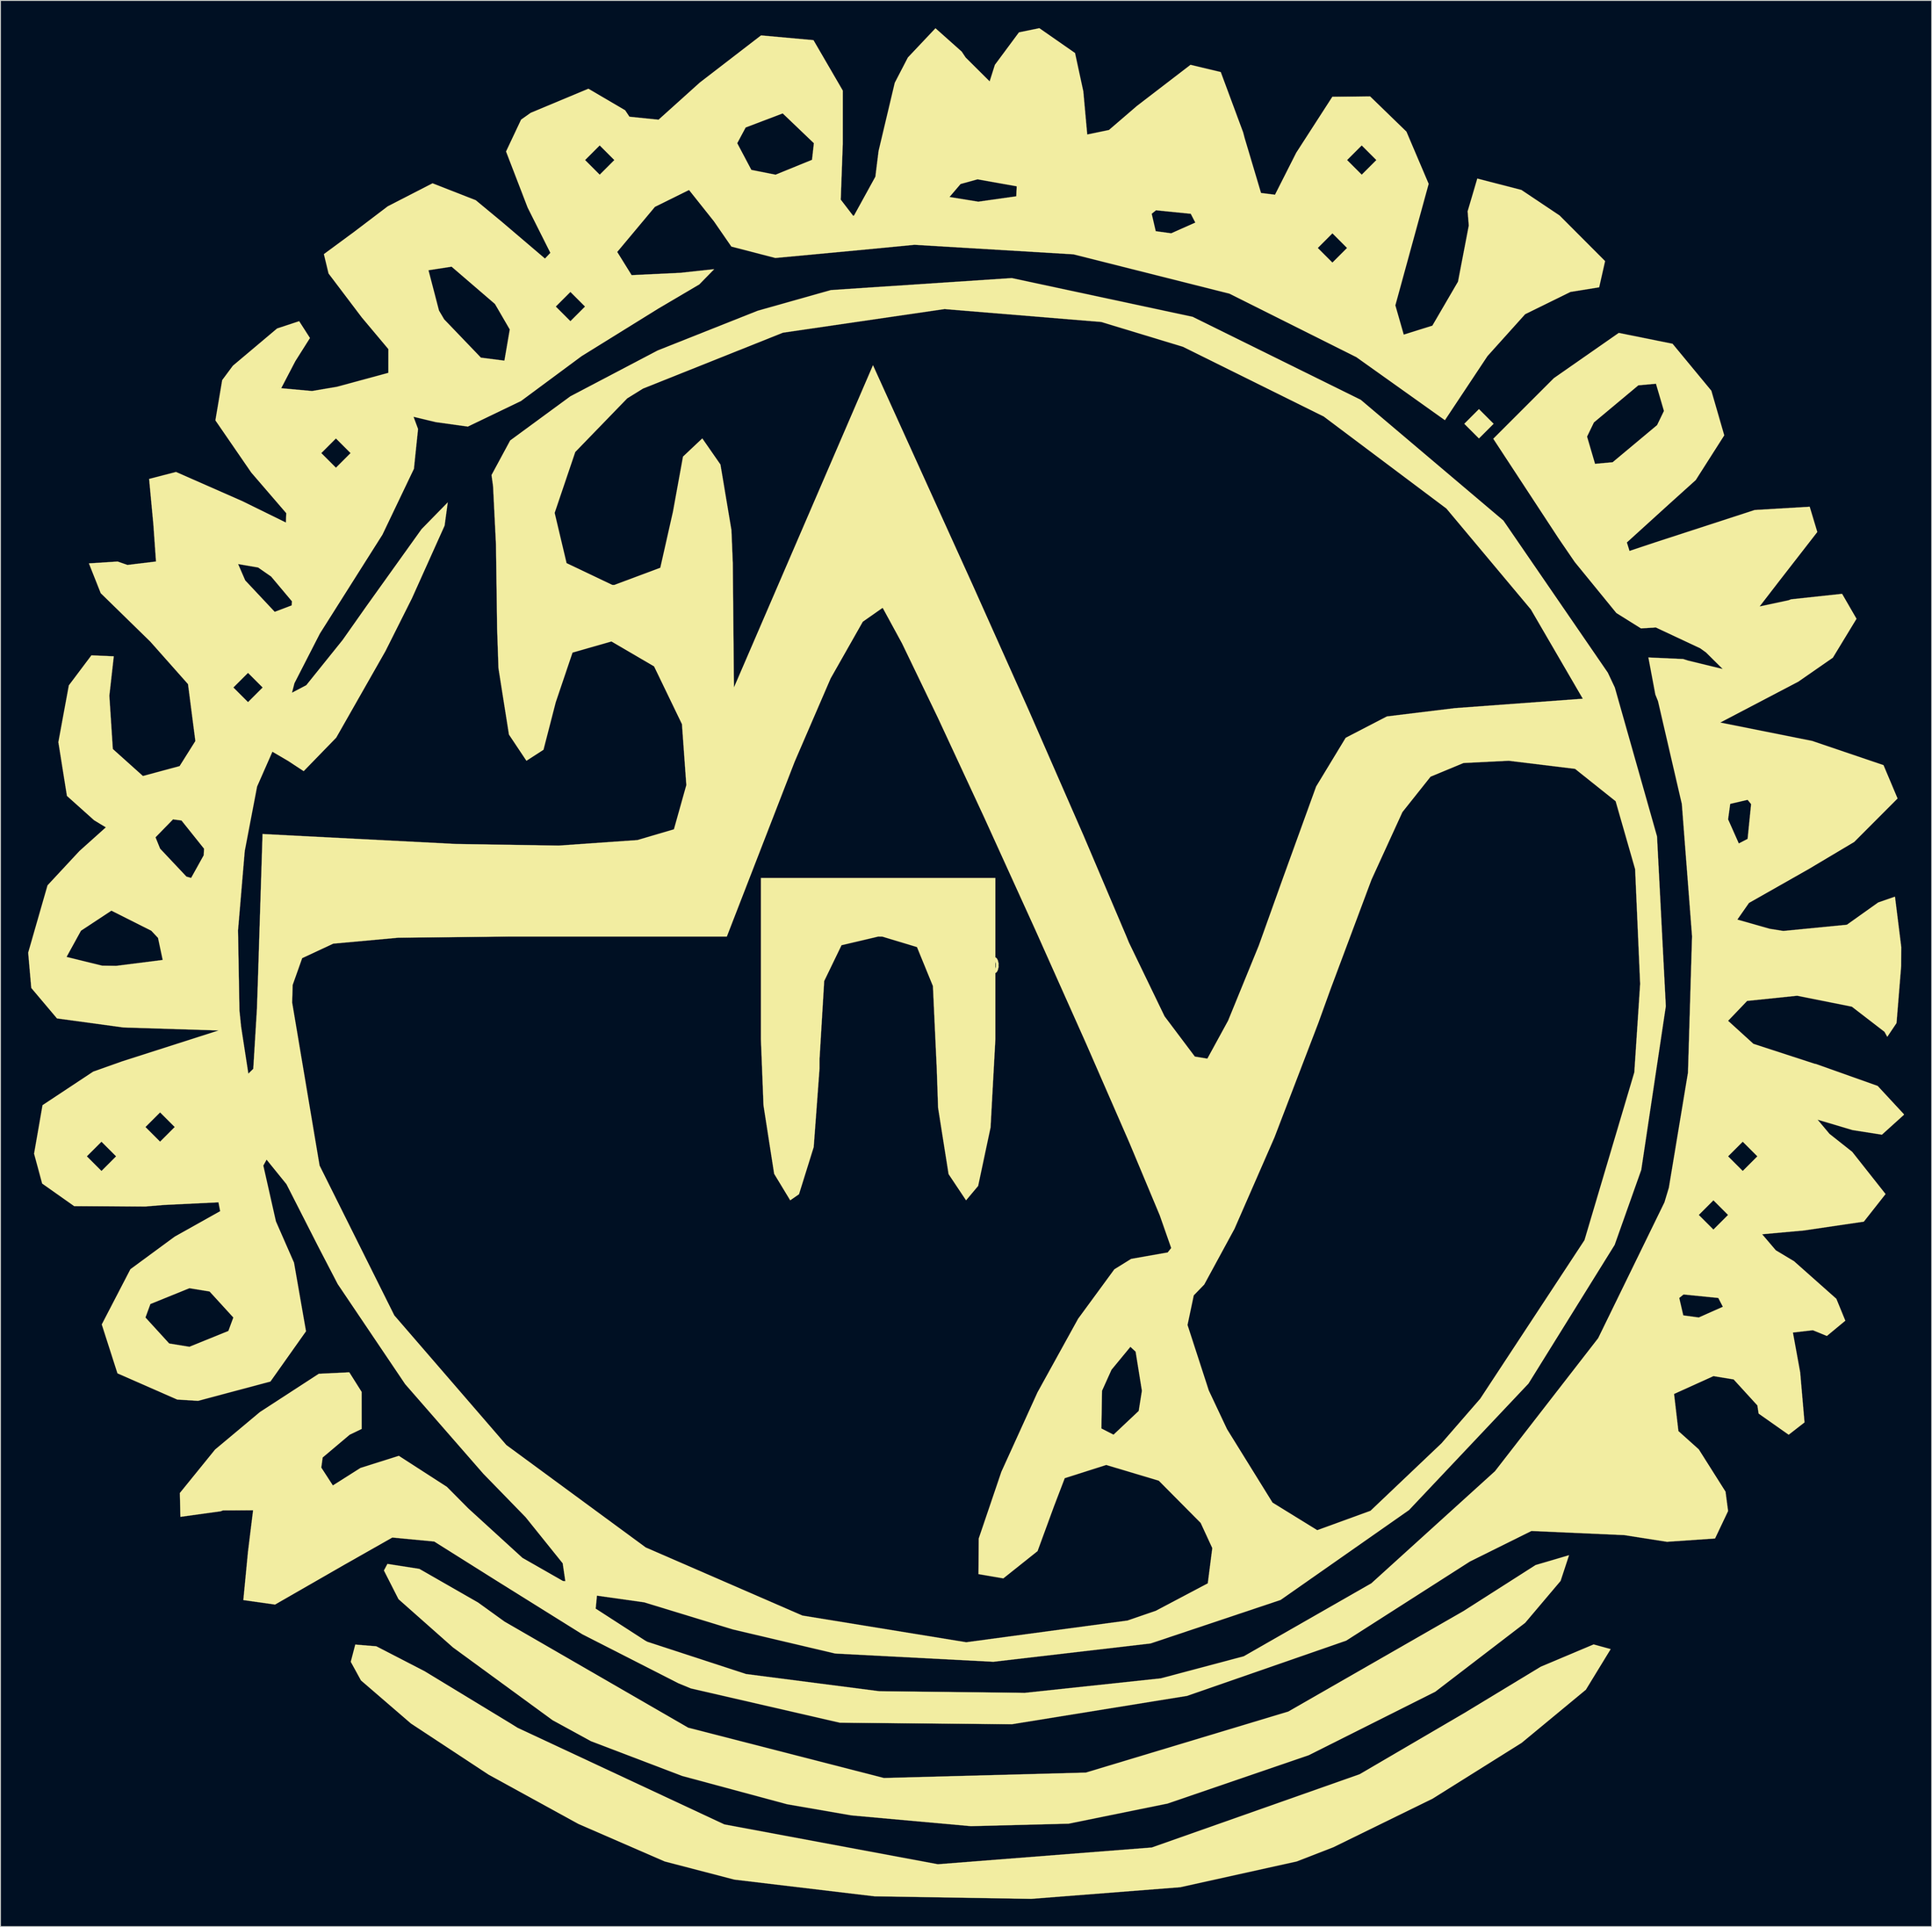
<source format=kicad_pcb>
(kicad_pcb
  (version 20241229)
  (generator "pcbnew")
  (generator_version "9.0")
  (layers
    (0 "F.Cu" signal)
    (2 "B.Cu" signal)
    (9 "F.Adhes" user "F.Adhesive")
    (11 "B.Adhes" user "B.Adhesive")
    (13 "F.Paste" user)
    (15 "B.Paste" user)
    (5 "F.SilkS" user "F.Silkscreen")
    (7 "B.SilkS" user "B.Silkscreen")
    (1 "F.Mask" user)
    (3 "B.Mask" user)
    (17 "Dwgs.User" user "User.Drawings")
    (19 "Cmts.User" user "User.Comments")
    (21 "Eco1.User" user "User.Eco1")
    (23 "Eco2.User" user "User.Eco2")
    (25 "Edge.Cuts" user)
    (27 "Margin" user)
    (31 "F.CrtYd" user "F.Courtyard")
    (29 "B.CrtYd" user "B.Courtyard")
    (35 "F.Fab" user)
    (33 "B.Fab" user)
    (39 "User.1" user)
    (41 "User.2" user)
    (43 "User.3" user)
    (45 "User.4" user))
  (footprint "NPA60"
    (layer "F.Cu")
    (at 101.605 101.605)
    (property "Reference" "NPA60" (at 0 0 0) (layer "F.SilkS") (effects (font (size 1.524 1.524) (thickness 0.3))))
    (attr through_hole)
    (fp_poly (pts (xy 57.15 -58.737) (xy 55.562 -57.15) (xy 53.975 -58.737) (xy 55.562 -60.325) (xy 57.15 -58.737)) (stroke (width 0.01) (type solid)) (fill yes) (layer "F.SilkS"))
    (fp_poly (pts (xy 3.175 7.938) (xy 2.653 17.501) (xy 1.307 23.843) (xy 0 25.4) (xy -1.893 22.562) (xy -3.029 15.382) (xy -3.175 11.113) (xy -3.59 2.184) (xy -5.316 -2.038) (xy -9.069 -3.17) (xy -9.525 -3.175) (xy -13.493 -2.24) (xy -15.37 1.642) (xy -15.873 10.086) (xy -15.875 11.113) (xy -16.506 19.633) (xy -18.101 24.744) (xy -19.05 25.4) (xy -20.789 22.529) (xy -21.942 15.124) (xy -22.225 7.938) (xy -22.225 -9.525) (xy 3.175 -9.525) (xy 3.175 7.938)) (stroke (width 0.01) (type solid)) (fill yes) (layer "F.SilkS"))
    (fp_poly (pts (xy 64.406 66.639) (xy 60.566 71.181) (xy 50.827 78.648) (xy 37.125 85.524) (xy 21.831 90.764) (xy 11.113 92.945) (xy 0.53 93.215) (xy -12.402 92.049) (xy -19.385 90.839) (xy -30.757 87.772) (xy -40.63 84.008) (xy -44.785 81.736) (xy -55.582 73.846) (xy -61.482 68.62) (xy -63.063 65.511) (xy -62.683 64.8) (xy -59.233 65.337) (xy -52.861 68.988) (xy -49.997 71.055) (xy -30.104 82.547) (xy -8.905 87.997) (xy 12.976 87.412) (xy 34.913 80.798) (xy 53.902 69.902) (xy 61.7 64.923) (xy 65.318 63.858) (xy 64.406 66.639)) (stroke (width 0.01) (type solid)) (fill yes) (layer "F.SilkS"))
    (fp_poly (pts (xy 69.828 74.033) (xy 67.142 78.43) (xy 60.182 84.188) (xy 50.538 90.234) (xy 39.8 95.491) (xy 35.822 97.037) (xy 23.197 99.832) (xy 7.067 101.092) (xy -9.915 100.816) (xy -25.093 99.006) (xy -32.647 97.037) (xy -41.993 92.973) (xy -51.723 87.631) (xy -60.14 82.087) (xy -65.551 77.42) (xy -66.653 75.406) (xy -66.167 73.54) (xy -63.89 73.727) (xy -58.666 76.424) (xy -49.342 82.088) (xy -48.581 82.561) (xy -26.191 93.025) (xy -3.052 97.343) (xy 20.127 95.527) (xy 42.642 87.589) (xy 54.004 80.943) (xy 62.26 75.939) (xy 67.984 73.525) (xy 69.828 74.033)) (stroke (width 0.01) (type solid)) (fill yes) (layer "F.SilkS"))
    (fp_poly (pts (xy 11.803 -98.909) (xy 12.7 -94.758) (xy 13.126 -90.079) (xy 15.48 -90.568) (xy 18.506 -93.17) (xy 24.316 -97.63) (xy 27.59 -96.846) (xy 30.013 -90.316) (xy 30.178 -89.694) (xy 31.952 -83.743) (xy 33.468 -83.555) (xy 35.368 -87.312) (xy 41.275 -87.312) (xy 42.862 -85.725) (xy 44.45 -87.312) (xy 42.862 -88.9) (xy 41.275 -87.312) (xy 35.368 -87.312) (xy 35.77 -88.106) (xy 39.683 -94.171) (xy 43.772 -94.205) (xy 47.703 -90.393) (xy 50.112 -84.734) (xy 48.212 -77.807) (xy 46.503 -71.57) (xy 47.412 -68.394) (xy 50.515 -69.366) (xy 53.294 -74.134) (xy 54.463 -80.218) (xy 54.337 -81.756) (xy 55.384 -85.305) (xy 60.158 -84.073) (xy 64.294 -81.305) (xy 69.225 -76.363) (xy 68.583 -73.525) (xy 65.475 -73.025) (xy 60.565 -70.612) (xy 56.486 -66.077) (xy 51.873 -59.129) (xy 42.282 -65.958) (xy 28.536 -72.837) (xy 11.627 -77.1) (xy 0.156 -77.787) (xy 38.1 -77.787) (xy 39.688 -76.2) (xy 41.275 -77.787) (xy 39.688 -79.375) (xy 38.1 -77.787) (xy 0.156 -77.787) (xy -5.584 -78.131) (xy -11.56 -77.554) (xy -20.657 -76.703) (xy -25.424 -77.94) (xy -27.322 -80.689) (xy -30.011 -84.071) (xy -33.708 -82.242) (xy -37.793 -77.356) (xy -36.233 -74.843) (xy -30.956 -75.092) (xy -27.287 -75.49) (xy -28.899 -73.839) (xy -33.337 -71.223) (xy -41.65 -66.068) (xy -48.219 -61.204) (xy -53.975 -58.435) (xy -57.44 -58.917) (xy -59.859 -59.496) (xy -59.368 -58.171) (xy -59.815 -53.862) (xy -63.227 -46.722) (xy -65.228 -43.561) (xy -70.004 -36.007) (xy -72.758 -30.632) (xy -73.025 -29.594) (xy -71.475 -30.409) (xy -67.54 -35.304) (xy -64.973 -38.95) (xy -58.984 -47.321) (xy -56.149 -50.221) (xy -56.492 -47.703) (xy -60.035 -39.819) (xy -62.896 -34.113) (xy -68.234 -24.729) (xy -71.758 -21.101) (xy -73.439 -22.207) (xy -75.146 -23.207) (xy -76.806 -19.433) (xy -78.141 -12.457) (xy -78.871 -3.85) (xy -78.719 4.815) (xy -78.54 6.563) (xy -77.752 11.681) (xy -77.217 11.156) (xy -76.821 4.68) (xy -76.797 3.969) (xy -73.007 3.969) (xy -70.037 21.634) (xy -61.94 37.873) (xy -49.801 51.922) (xy -34.705 63.017) (xy -17.735 70.395) (xy 0.022 73.289) (xy 17.482 70.938) (xy 20.559 69.88) (xy 26.188 66.906) (xy 26.676 63.084) (xy 25.416 60.355) (xy 20.88 55.781) (xy 15.183 54.076) (xy 10.689 55.508) (xy 9.525 58.55) (xy 7.744 63.41) (xy 4.034 66.367) (xy 1.345 65.904) (xy 1.374 62.046) (xy 3.827 54.818) (xy 5.961 50.126) (xy 14.661 50.126) (xy 15.975 50.8) (xy 18.704 48.227) (xy 19.05 46.038) (xy 18.371 41.801) (xy 17.802 41.275) (xy 15.755 43.758) (xy 14.727 46.038) (xy 14.661 50.126) (xy 5.961 50.126) (xy 7.738 46.216) (xy 11.77 38.909) (xy 23.988 38.909) (xy 26.292 46.007) (xy 28.269 50.201) (xy 33.199 58.158) (xy 38.044 61.147) (xy 43.811 59.047) (xy 51.503 51.736) (xy 55.701 46.903) (xy 66.996 29.722) (xy 72.395 11.536) (xy 73.025 1.949) (xy 72.481 -10.483) (xy 70.37 -17.842) (xy 65.973 -21.349) (xy 58.787 -22.225) (xy 53.887 -21.981) (xy 50.318 -20.5) (xy 47.268 -16.663) (xy 43.921 -9.347) (xy 39.465 2.569) (xy 38.155 6.197) (xy 33.403 18.594) (xy 29.074 28.497) (xy 25.799 34.528) (xy 24.665 35.699) (xy 23.988 38.909) (xy 11.77 38.909) (xy 12.14 38.238) (xy 16.065 32.881) (xy 17.886 31.75) (xy 21.843 31.054) (xy 22.225 30.572) (xy 20.985 27.028) (xy 17.696 19.164) (xy 13.002 8.407) (xy 7.546 -3.812) (xy 1.975 -16.064) (xy -3.069 -26.92) (xy -6.94 -34.952) (xy -8.995 -38.728) (xy -9.049 -38.791) (xy -11.189 -37.291) (xy -14.672 -31.15) (xy -18.571 -22.122) (xy -25.918 -3.175) (xy -49.472 -3.175) (xy -61.52 -3.051) (xy -68.557 -2.407) (xy -71.921 -0.838) (xy -72.95 2.062) (xy -73.007 3.969) (xy -76.797 3.969) (xy -76.715 1.587) (xy -76.213 -14.287) (xy -55.221 -13.207) (xy -44.128 -13.033) (xy -35.607 -13.629) (xy -31.646 -14.795) (xy -30.302 -19.588) (xy -30.777 -26.194) (xy -33.797 -32.453) (xy -38.416 -35.153) (xy -42.634 -33.946) (xy -44.45 -28.575) (xy -45.78 -23.416) (xy -47.625 -22.225) (xy -49.518 -25.063) (xy -50.654 -32.243) (xy -50.8 -36.513) (xy -50.925 -45.664) (xy -51.095 -49.084) (xy -44.571 -49.084) (xy -43.279 -43.637) (xy -38.33 -41.278) (xy -38.1 -41.275) (xy -33.121 -43.135) (xy -31.75 -49.212) (xy -30.663 -55.179) (xy -28.575 -57.15) (xy -26.609 -54.321) (xy -25.418 -47.207) (xy -25.272 -43.656) (xy -25.145 -30.163) (xy -10.084 -65.079) (xy 0.715 -41.271) (xy 6.794 -27.684) (xy 12.726 -14.12) (xy 17.315 -3.319) (xy 17.644 -2.521) (xy 21.501 5.465) (xy 24.782 9.829) (xy 26.141 10.054) (xy 28.388 5.939) (xy 31.719 -2.213) (xy 34.382 -9.65) (xy 37.925 -19.431) (xy 41.125 -24.71) (xy 45.593 -27.027) (xy 52.939 -27.923) (xy 53.536 -27.967) (xy 66.814 -28.947) (xy 61.188 -38.622) (xy 52.037 -49.554) (xy 38.744 -59.529) (xy 23.498 -67.081) (xy 14.645 -69.77) (xy -2.334 -71.167) (xy -19.841 -68.607) (xy -34.999 -62.552) (xy -36.713 -61.489) (xy -42.338 -55.681) (xy -44.571 -49.084) (xy -51.095 -49.084) (xy -51.24 -51.975) (xy -51.406 -53.181) (xy -49.385 -56.928) (xy -42.864 -61.712) (xy -33.406 -66.68) (xy -22.573 -70.982) (xy -14.635 -73.225) (xy 4.951 -74.523) (xy 24.542 -70.326) (xy 42.755 -61.334) (xy 58.207 -48.25) (xy 69.516 -31.774) (xy 70.277 -30.163) (xy 74.85 -14.031) (xy 75.805 4.372) (xy 73.144 22.1) (xy 70.259 30.233) (xy 60.925 45.259) (xy 47.984 58.964) (xy 34.073 68.703) (xy 19.993 73.417) (xy 2.958 75.403) (xy -14.18 74.509) (xy -25.276 71.894) (xy -34.865 68.962) (xy -39.987 68.237) (xy -40.125 69.646) (xy -34.761 73.112) (xy -34.524 73.24) (xy -23.84 76.731) (xy -9.406 78.594) (xy 6.373 78.771) (xy 21.094 77.202) (xy 30.084 74.811) (xy 43.906 66.903) (xy 57.298 54.759) (xy 68.477 40.344) (xy 70.605 35.983) (xy 77.258 35.983) (xy 77.694 37.871) (xy 79.375 38.1) (xy 81.988 36.938) (xy 81.492 35.983) (xy 77.724 35.603) (xy 77.258 35.983) (xy 70.605 35.983) (xy 74.994 26.988) (xy 79.375 26.988) (xy 80.963 28.575) (xy 82.55 26.988) (xy 80.963 25.4) (xy 79.375 26.988) (xy 74.994 26.988) (xy 75.658 25.627) (xy 76.138 24.034) (xy 76.702 20.637) (xy 82.55 20.637) (xy 84.138 22.225) (xy 85.725 20.637) (xy 84.138 19.05) (xy 82.55 20.637) (xy 76.702 20.637) (xy 78.206 11.576) (xy 78.649 -3.204) (xy 77.671 -15.875) (xy 82.55 -15.875) (xy 83.712 -13.262) (xy 84.667 -13.758) (xy 85.047 -17.526) (xy 84.667 -17.992) (xy 82.779 -17.556) (xy 82.55 -15.875) (xy 77.671 -15.875) (xy 77.542 -17.545) (xy 74.961 -28.687) (xy 74.673 -29.405) (xy 73.919 -33.416) (xy 77.68 -33.247) (xy 78.228 -33.074) (xy 81.975 -32.163) (xy 80.155 -33.966) (xy 79.527 -34.416) (xy 74.725 -36.668) (xy 73.114 -36.568) (xy 70.446 -38.238) (xy 65.939 -43.763) (xy 64.214 -46.285) (xy 57.115 -57.115) (xy 57.348 -57.348) (xy 67.27 -57.348) (xy 68.137 -54.396) (xy 70.048 -54.57) (xy 74.86 -58.59) (xy 75.605 -60.127) (xy 74.738 -63.079) (xy 72.827 -62.905) (xy 68.015 -58.885) (xy 67.27 -57.348) (xy 57.348 -57.348) (xy 63.681 -63.681) (xy 70.709 -68.581) (xy 76.533 -67.406) (xy 80.736 -62.318) (xy 82.133 -57.484) (xy 79.044 -52.638) (xy 76.2 -50.074) (xy 71.584 -45.881) (xy 71.869 -44.956) (xy 74.612 -45.871) (xy 85.437 -49.394) (xy 91.39 -49.748) (xy 92.214 -47.012) (xy 88.106 -41.722) (xy 85.961 -38.94) (xy 89.091 -39.61) (xy 89.373 -39.716) (xy 94.9 -40.311) (xy 96.461 -37.609) (xy 93.901 -33.395) (xy 90.156 -30.795) (xy 81.699 -26.364) (xy 91.649 -24.374) (xy 99.386 -21.749) (xy 100.908 -18.138) (xy 96.212 -13.428) (xy 91.281 -10.491) (xy 84.813 -6.821) (xy 83.552 -5.015) (xy 87.066 -4.015) (xy 88.541 -3.782) (xy 95.423 -4.456) (xy 98.811 -6.866) (xy 100.629 -7.498) (xy 101.31 -2.04) (xy 101.301 0) (xy 100.796 6.198) (xy 99.796 7.685) (xy 99.497 7.144) (xy 95.959 4.419) (xy 90.035 3.235) (xy 84.614 3.796) (xy 82.55 5.953) (xy 85.293 8.448) (xy 91.907 10.602) (xy 92.075 10.636) (xy 98.753 13.009) (xy 101.599 16.079) (xy 101.6 16.135) (xy 99.215 18.29) (xy 96.044 17.794) (xy 92.243 16.662) (xy 93.535 18.204) (xy 95.994 20.15) (xy 99.608 24.724) (xy 97.254 27.714) (xy 90.752 28.672) (xy 86.238 29.08) (xy 87.719 30.818) (xy 89.694 32.004) (xy 94.277 36.073) (xy 95.25 38.445) (xy 93.253 40.099) (xy 91.735 39.477) (xy 89.572 39.729) (xy 90.361 44.052) (xy 90.828 49.467) (xy 89.114 50.8) (xy 85.86 48.51) (xy 85.725 47.625) (xy 83.153 44.808) (xy 80.963 44.45) (xy 76.696 46.384) (xy 77.169 50.409) (xy 79.375 52.388) (xy 82.272 56.971) (xy 82.55 59.069) (xy 81.137 62.044) (xy 75.931 62.403) (xy 71.311 61.679) (xy 61.249 61.229) (xy 54.585 64.536) (xy 41.179 73.112) (xy 23.94 79.098) (xy 4.963 82.171) (xy -13.654 82.009) (xy -29.813 78.288) (xy -31.172 77.726) (xy -41.566 72.424) (xy -50.99 66.54) (xy -57.613 62.373) (xy -62.155 61.94) (xy -67.356 64.89) (xy -74.859 69.202) (xy -78.292 68.719) (xy -77.794 63.52) (xy -77.235 58.985) (xy -80.498 59.001) (xy -80.755 59.097) (xy -85.11 59.699) (xy -85.169 57.115) (xy -81.355 52.411) (xy -76.493 48.344) (xy -70.114 44.197) (xy -66.816 44.039) (xy -65.48 46.159) (xy -65.476 50.173) (xy -66.775 50.8) (xy -69.7 53.267) (xy -69.85 54.364) (xy -68.595 56.3) (xy -65.604 54.403) (xy -61.45 53.09) (xy -56.24 56.454) (xy -53.938 58.777) (xy -48.06 64.146) (xy -43.675 66.651) (xy -43.41 66.675) (xy -43.696 64.733) (xy -47.717 59.731) (xy -52.296 55.025) (xy -60.76 45.321) (xy -68.067 34.48) (xy -70.176 30.419) (xy -73.622 23.651) (xy -75.776 20.991) (xy -76.13 21.64) (xy -74.767 27.685) (xy -72.805 32.162) (xy -71.507 39.592) (xy -75.361 45.038) (xy -83.199 47.13) (xy -85.453 46.992) (xy -91.929 44.149) (xy -93.628 38.853) (xy -93.238 38.1) (xy -88.9 38.1) (xy -86.328 40.917) (xy -84.138 41.275) (xy -79.912 39.561) (xy -79.375 38.1) (xy -81.947 35.283) (xy -84.138 34.925) (xy -88.363 36.639) (xy -88.9 38.1) (xy -93.238 38.1) (xy -90.524 32.868) (xy -85.725 29.339) (xy -80.801 26.58) (xy -80.988 25.622) (xy -86.835 25.902) (xy -88.9 26.071) (xy -96.616 26.034) (xy -100.085 23.585) (xy -100.883 20.637) (xy -95.25 20.637) (xy -93.662 22.225) (xy -92.075 20.637) (xy -93.662 19.05) (xy -95.25 20.637) (xy -100.883 20.637) (xy -100.961 20.347) (xy -100.458 17.462) (xy -88.9 17.462) (xy -87.312 19.05) (xy -85.725 17.462) (xy -87.312 15.875) (xy -88.9 17.462) (xy -100.458 17.462) (xy -100.046 15.096) (xy -94.555 11.46) (xy -91.436 10.353) (xy -80.963 6.998) (xy -91.281 6.674) (xy -98.481 5.692) (xy -101.266 2.391) (xy -101.56 -0.967) (xy -97.448 -0.967) (xy -93.603 -0.023) (xy -92.075 0) (xy -87.028 -0.64) (xy -87.536 -3.034) (xy -88.265 -3.81) (xy -92.586 -5.985) (xy -95.885 -3.81) (xy -97.448 -0.967) (xy -101.56 -0.967) (xy -101.6 -1.43) (xy -99.504 -8.726) (xy -96.044 -12.446) (xy -94.389 -13.93) (xy -87.809 -13.93) (xy -87.312 -12.7) (xy -84.459 -9.671) (xy -83.95 -9.525) (xy -82.586 -11.981) (xy -82.55 -12.7) (xy -84.991 -15.753) (xy -85.912 -15.875) (xy -87.809 -13.93) (xy -94.389 -13.93) (xy -93.185 -15.01) (xy -94.456 -15.778) (xy -97.402 -18.417) (xy -98.331 -24.239) (xy -97.196 -30.391) (xy -94.75 -33.647) (xy -92.329 -33.542) (xy -92.811 -29.277) (xy -92.433 -23.496) (xy -89.172 -20.57) (xy -85.197 -21.643) (xy -83.488 -24.361) (xy -84.239 -30.163) (xy -79.375 -30.163) (xy -77.787 -28.575) (xy -76.2 -30.163) (xy -77.787 -31.75) (xy -79.375 -30.163) (xy -84.239 -30.163) (xy -84.287 -30.531) (xy -88.371 -35.135) (xy -93.741 -40.383) (xy -95.021 -43.61) (xy -91.911 -43.809) (xy -90.847 -43.44) (xy -90.015 -43.54) (xy -78.863 -43.54) (xy -78.091 -41.766) (xy -74.894 -38.357) (xy -73.056 -39.056) (xy -73.025 -39.5) (xy -75.28 -42.186) (xy -76.691 -43.166) (xy -78.863 -43.54) (xy -90.015 -43.54) (xy -87.754 -43.812) (xy -88.042 -47.863) (xy -88.499 -52.761) (xy -85.585 -53.514) (xy -78.4 -50.352) (xy -78.373 -50.338) (xy -73.68 -48.033) (xy -73.644 -49.053) (xy -77.432 -53.453) (xy -78.882 -55.562) (xy -69.85 -55.562) (xy -68.263 -53.975) (xy -66.675 -55.562) (xy -68.263 -57.15) (xy -69.85 -55.562) (xy -78.882 -55.562) (xy -81.319 -59.107) (xy -80.582 -63.469) (xy -79.424 -65.028) (xy -74.634 -69.063) (xy -72.247 -69.85) (xy -71.079 -68.03) (xy -72.664 -65.522) (xy -74.193 -62.59) (xy -70.855 -62.286) (xy -68.156 -62.743) (xy -62.582 -64.255) (xy -62.579 -66.827) (xy -65.463 -70.265) (xy -69.061 -75.022) (xy -69.146 -75.375) (xy -58.239 -75.375) (xy -57.1 -71.002) (xy -56.541 -70.055) (xy -52.558 -65.902) (xy -50.01 -65.576) (xy -49.429 -68.957) (xy -50.87 -71.438) (xy -44.45 -71.438) (xy -42.862 -69.85) (xy -41.275 -71.438) (xy -42.862 -73.025) (xy -44.45 -71.438) (xy -50.87 -71.438) (xy -51.035 -71.72) (xy -55.733 -75.761) (xy -58.239 -75.375) (xy -69.146 -75.375) (xy -69.566 -77.118) (xy -66.281 -79.539) (xy -62.647 -82.299) (xy -57.798 -84.791) (xy -53.119 -82.961) (xy -50.278 -80.607) (xy -45.617 -76.636) (xy -45.031 -77.259) (xy -47.491 -82.16) (xy -49.475 -87.312) (xy -41.275 -87.312) (xy -39.688 -85.725) (xy -38.1 -87.312) (xy -39.688 -88.9) (xy -41.275 -87.312) (xy -49.475 -87.312) (xy -49.832 -88.239) (xy -49.408 -89.138) (xy -24.791 -89.138) (xy -23.259 -86.243) (xy -20.637 -85.725) (xy -16.686 -87.336) (xy -16.484 -89.138) (xy -19.862 -92.369) (xy -23.879 -90.843) (xy -24.791 -89.138) (xy -49.408 -89.138) (xy -48.202 -91.693) (xy -47.159 -92.43) (xy -40.913 -95.039) (xy -36.933 -92.705) (xy -36.47 -92.007) (xy -33.314 -91.683) (xy -28.84 -95.711) (xy -22.209 -100.818) (xy -16.532 -100.305) (xy -13.357 -94.842) (xy -13.358 -89.031) (xy -13.576 -83.022) (xy -12.226 -81.262) (xy -12.126 -81.318) (xy -12.03 -81.492) (xy 20.108 -81.492) (xy 20.544 -79.604) (xy 22.225 -79.375) (xy 24.838 -80.537) (xy 24.342 -81.492) (xy 20.574 -81.872) (xy 20.108 -81.492) (xy -12.03 -81.492) (xy -11.031 -83.309) (xy -1.798 -83.309) (xy 1.323 -82.801) (xy 5.441 -83.384) (xy 5.49 -84.468) (xy 1.241 -85.226) (xy -0.595 -84.719) (xy -1.798 -83.309) (xy -11.031 -83.309) (xy -9.823 -85.508) (xy -9.476 -88.294) (xy -7.721 -95.687) (xy -6.301 -98.425) (xy -3.313 -101.591) (xy -0.472 -99.06) (xy -0.049 -98.425) (xy 2.556 -95.834) (xy 3.126 -97.631) (xy 5.732 -101.148) (xy 7.938 -101.6) (xy 11.803 -98.909)) (stroke (width 0.01) (type solid)) (fill yes) (layer "F.SilkS")))
  (gr_rect
    (start -3 -3)
    (end 206.21 205.702)
    (stroke (width 0.1) (type default))
    (fill no)
    (layer "Edge.Cuts")))
</source>
